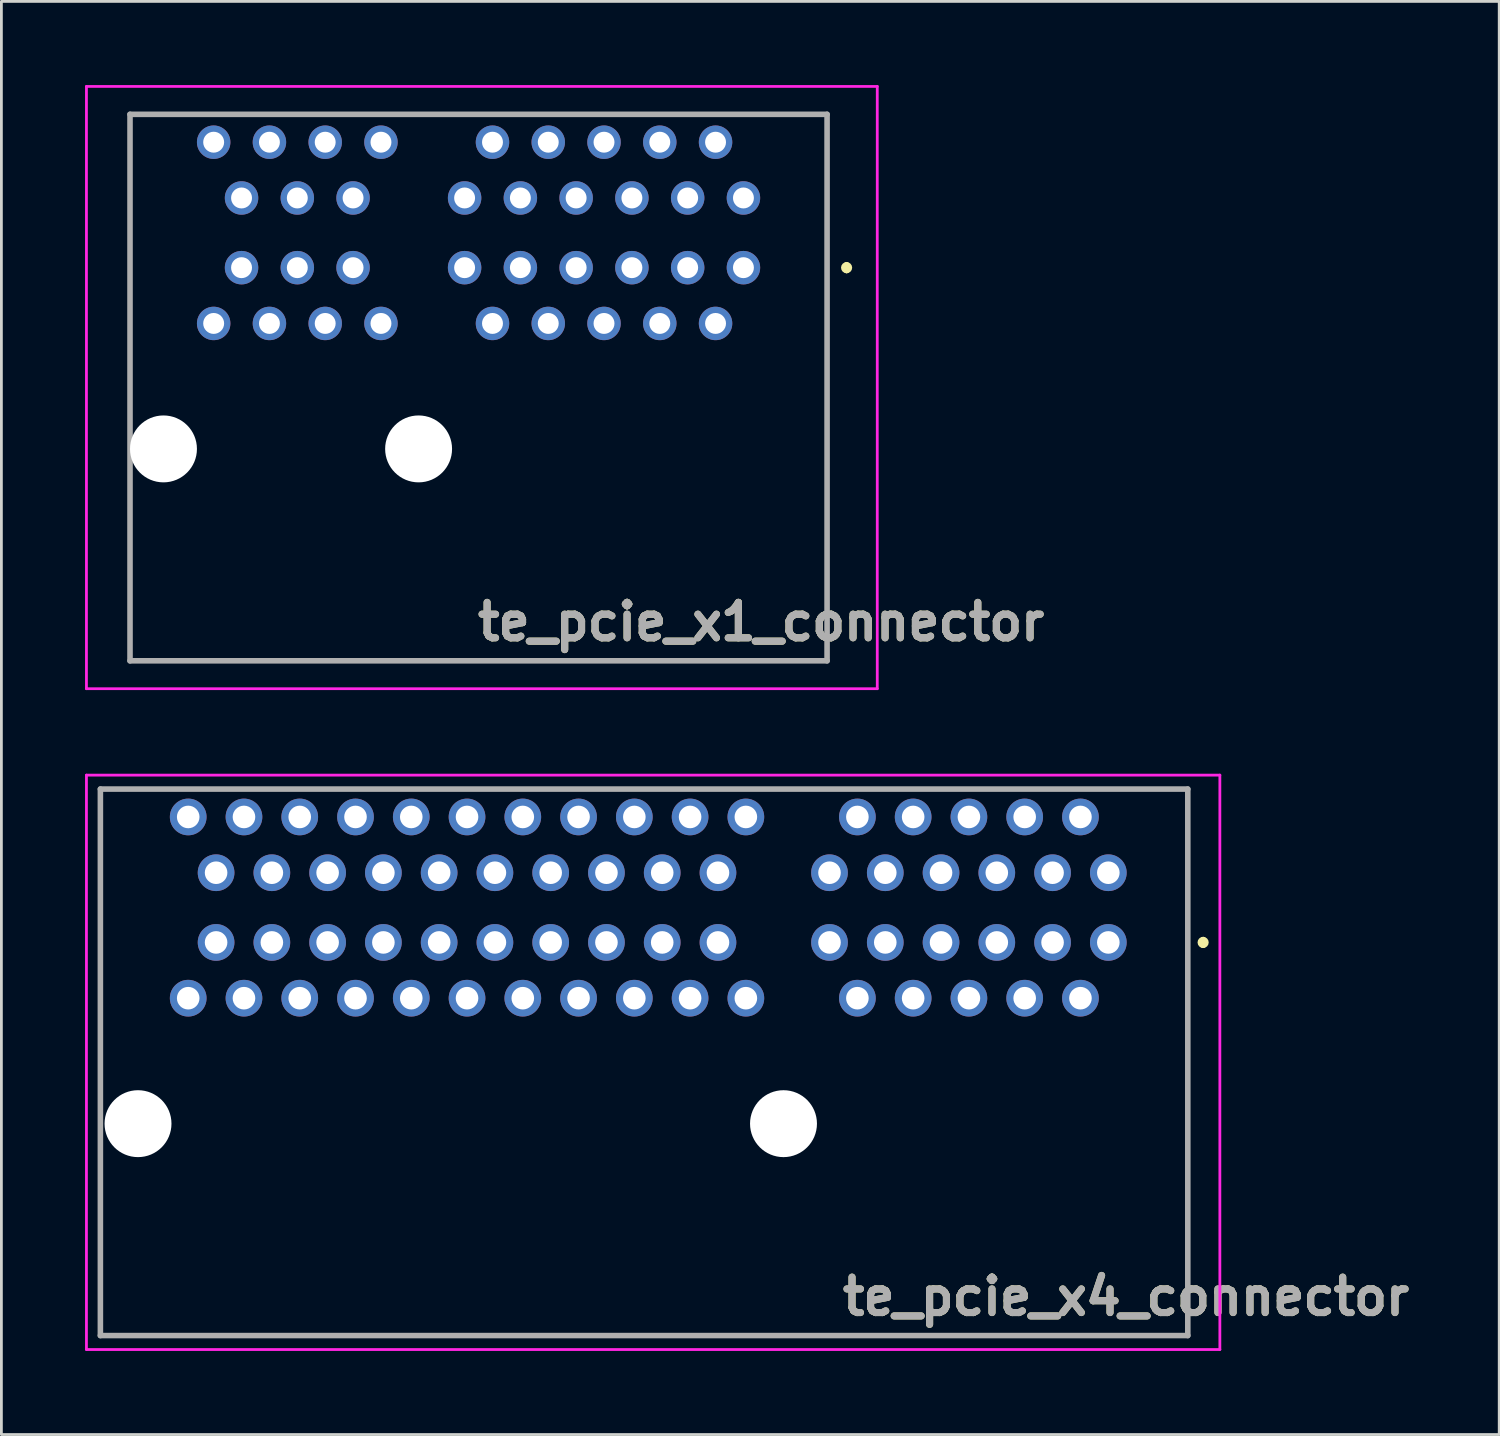
<source format=kicad_pcb>
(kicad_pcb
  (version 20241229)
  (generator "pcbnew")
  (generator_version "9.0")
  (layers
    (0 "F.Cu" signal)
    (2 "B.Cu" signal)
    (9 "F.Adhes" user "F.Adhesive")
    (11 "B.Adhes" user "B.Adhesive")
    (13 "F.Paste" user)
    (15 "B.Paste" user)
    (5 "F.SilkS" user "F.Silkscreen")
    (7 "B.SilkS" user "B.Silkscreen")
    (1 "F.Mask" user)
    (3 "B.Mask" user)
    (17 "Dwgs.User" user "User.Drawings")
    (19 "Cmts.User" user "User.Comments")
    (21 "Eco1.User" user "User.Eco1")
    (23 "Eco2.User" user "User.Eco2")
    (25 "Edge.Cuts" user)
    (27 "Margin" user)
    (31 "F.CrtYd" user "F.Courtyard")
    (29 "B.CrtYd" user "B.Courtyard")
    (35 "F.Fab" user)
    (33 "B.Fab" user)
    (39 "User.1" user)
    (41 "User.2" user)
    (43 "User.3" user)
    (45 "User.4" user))
  (footprint "te_pcie_x1_connector"
    (layer "F.Cu")
    (at 23.613 6.55)
    (property "Reference" "te_pcie_x1_connector" (at 0.635 12.7 0) (layer "F.SilkS") (effects (font (size 1.27 1.27) (thickness 0.254))))
    (attr through_hole)
    (fp_line (start -22 -5.5) (end 3 -5.5) (stroke (width 0.1) (type solid)) (layer "F.SilkS"))
    (fp_line (start -22 4.445) (end -22 -5.5) (stroke (width 0.1) (type solid)) (layer "F.SilkS"))
    (fp_line (start -22 14.1) (end -22 8.255) (stroke (width 0.1) (type solid)) (layer "F.SilkS"))
    (fp_line (start 3 -5.5) (end 3 14.1) (stroke (width 0.1) (type solid)) (layer "F.SilkS"))
    (fp_line (start 3 14.1) (end -22 14.1) (stroke (width 0.1) (type solid)) (layer "F.SilkS"))
    (fp_line (start 3.7 -0.1) (end 3.7 -0.1) (stroke (width 0.2) (type solid)) (layer "F.SilkS"))
    (fp_line (start 3.7 0.1) (end 3.7 0.1) (stroke (width 0.2) (type solid)) (layer "F.SilkS"))
    (fp_arc (start 3.7 -0.1) (mid 3.8 0) (end 3.7 0.1) (stroke (width 0.2) (type solid)) (layer "F.SilkS"))
    (fp_arc (start 3.7 0.1) (mid 3.6 0) (end 3.7 -0.1) (stroke (width 0.2) (type solid)) (layer "F.SilkS"))
    (fp_line (start -23.563 -6.5) (end 4.8 -6.5) (stroke (width 0.1) (type solid)) (layer "F.CrtYd"))
    (fp_line (start -23.563 15.1) (end -23.563 -6.5) (stroke (width 0.1) (type solid)) (layer "F.CrtYd"))
    (fp_line (start 4.8 -6.5) (end 4.8 15.1) (stroke (width 0.1) (type solid)) (layer "F.CrtYd"))
    (fp_line (start 4.8 15.1) (end -23.563 15.1) (stroke (width 0.1) (type solid)) (layer "F.CrtYd"))
    (fp_line (start -22 -5.5) (end 3 -5.5) (stroke (width 0.2) (type solid)) (layer "F.Fab"))
    (fp_line (start -22 14.1) (end -22 -5.5) (stroke (width 0.2) (type solid)) (layer "F.Fab"))
    (fp_line (start 3 -5.5) (end 3 14.1) (stroke (width 0.2) (type solid)) (layer "F.Fab"))
    (fp_line (start 3 14.1) (end -22 14.1) (stroke (width 0.2) (type solid)) (layer "F.Fab"))
    (fp_text user "${REFERENCE}" (at 0.635 12.7 0) (layer "F.Fab") (effects (font (size 1.27 1.27) (thickness 0.254))))
    (pad "" np_thru_hole circle (at -20.8 6.5) (size 2.4 2.4) (drill 2.4) (layers "*.Cu" "*.Mask"))
    (pad "" np_thru_hole circle (at -11.65 6.5) (size 2.4 2.4) (drill 2.4) (layers "*.Cu" "*.Mask"))
    (pad "A1" thru_hole circle (at 0 0) (size 1.2 1.2) (drill 0.75) (layers "*.Cu" "*.Mask"))
    (pad "A2" thru_hole circle (at -1 2) (size 1.2 1.2) (drill 0.75) (layers "*.Cu" "*.Mask"))
    (pad "A3" thru_hole circle (at -2 0) (size 1.2 1.2) (drill 0.75) (layers "*.Cu" "*.Mask"))
    (pad "A4" thru_hole circle (at -3 2) (size 1.2 1.2) (drill 0.75) (layers "*.Cu" "*.Mask"))
    (pad "A5" thru_hole circle (at -4 0) (size 1.2 1.2) (drill 0.75) (layers "*.Cu" "*.Mask"))
    (pad "A6" thru_hole circle (at -5 2) (size 1.2 1.2) (drill 0.75) (layers "*.Cu" "*.Mask"))
    (pad "A7" thru_hole circle (at -6 0) (size 1.2 1.2) (drill 0.75) (layers "*.Cu" "*.Mask"))
    (pad "A8" thru_hole circle (at -7 2) (size 1.2 1.2) (drill 0.75) (layers "*.Cu" "*.Mask"))
    (pad "A9" thru_hole circle (at -8 0) (size 1.2 1.2) (drill 0.75) (layers "*.Cu" "*.Mask"))
    (pad "A10" thru_hole circle (at -9 2) (size 1.2 1.2) (drill 0.75) (layers "*.Cu" "*.Mask"))
    (pad "A11" thru_hole circle (at -10 0) (size 1.2 1.2) (drill 0.75) (layers "*.Cu" "*.Mask"))
    (pad "A12" thru_hole circle (at -13 2) (size 1.2 1.2) (drill 0.75) (layers "*.Cu" "*.Mask"))
    (pad "A13" thru_hole circle (at -14 0) (size 1.2 1.2) (drill 0.75) (layers "*.Cu" "*.Mask"))
    (pad "A14" thru_hole circle (at -15 2) (size 1.2 1.2) (drill 0.75) (layers "*.Cu" "*.Mask"))
    (pad "A15" thru_hole circle (at -16 0) (size 1.2 1.2) (drill 0.75) (layers "*.Cu" "*.Mask"))
    (pad "A16" thru_hole circle (at -17 2) (size 1.2 1.2) (drill 0.75) (layers "*.Cu" "*.Mask"))
    (pad "A17" thru_hole circle (at -18 0) (size 1.2 1.2) (drill 0.75) (layers "*.Cu" "*.Mask"))
    (pad "A18" thru_hole circle (at -19 2) (size 1.2 1.2) (drill 0.75) (layers "*.Cu" "*.Mask"))
    (pad "B1" thru_hole circle (at 0 -2.5) (size 1.2 1.2) (drill 0.75) (layers "*.Cu" "*.Mask"))
    (pad "B2" thru_hole circle (at -1 -4.5) (size 1.2 1.2) (drill 0.75) (layers "*.Cu" "*.Mask"))
    (pad "B3" thru_hole circle (at -2 -2.5) (size 1.2 1.2) (drill 0.75) (layers "*.Cu" "*.Mask"))
    (pad "B4" thru_hole circle (at -3 -4.5) (size 1.2 1.2) (drill 0.75) (layers "*.Cu" "*.Mask"))
    (pad "B5" thru_hole circle (at -4 -2.5) (size 1.2 1.2) (drill 0.75) (layers "*.Cu" "*.Mask"))
    (pad "B6" thru_hole circle (at -5 -4.5) (size 1.2 1.2) (drill 0.75) (layers "*.Cu" "*.Mask"))
    (pad "B7" thru_hole circle (at -6 -2.5) (size 1.2 1.2) (drill 0.75) (layers "*.Cu" "*.Mask"))
    (pad "B8" thru_hole circle (at -7 -4.5) (size 1.2 1.2) (drill 0.75) (layers "*.Cu" "*.Mask"))
    (pad "B9" thru_hole circle (at -8 -2.5) (size 1.2 1.2) (drill 0.75) (layers "*.Cu" "*.Mask"))
    (pad "B10" thru_hole circle (at -9 -4.5) (size 1.2 1.2) (drill 0.75) (layers "*.Cu" "*.Mask"))
    (pad "B11" thru_hole circle (at -10 -2.5) (size 1.2 1.2) (drill 0.75) (layers "*.Cu" "*.Mask"))
    (pad "B12" thru_hole circle (at -13 -4.5) (size 1.2 1.2) (drill 0.75) (layers "*.Cu" "*.Mask"))
    (pad "B13" thru_hole circle (at -14 -2.5) (size 1.2 1.2) (drill 0.75) (layers "*.Cu" "*.Mask"))
    (pad "B14" thru_hole circle (at -15 -4.5) (size 1.2 1.2) (drill 0.75) (layers "*.Cu" "*.Mask"))
    (pad "B15" thru_hole circle (at -16 -2.5) (size 1.2 1.2) (drill 0.75) (layers "*.Cu" "*.Mask"))
    (pad "B16" thru_hole circle (at -17 -4.5) (size 1.2 1.2) (drill 0.75) (layers "*.Cu" "*.Mask"))
    (pad "B17" thru_hole circle (at -18 -2.5) (size 1.2 1.2) (drill 0.75) (layers "*.Cu" "*.Mask"))
    (pad "B18" thru_hole circle (at -19 -4.5) (size 1.2 1.2) (drill 0.75) (layers "*.Cu" "*.Mask")))
  (footprint "te_pcie_x4_connector"
    (layer "F.Cu")
    (at 36.7 30.75)
    (property "Reference" "te_pcie_x4_connector" (at 0.635 12.7 0) (layer "F.SilkS") (effects (font (size 1.27 1.27) (thickness 0.254))))
    (attr through_hole)
    (fp_line (start -36.15 -5.5) (end -36.15 4.5) (stroke (width 0.1) (type solid)) (layer "F.SilkS"))
    (fp_line (start -36.15 8) (end -36.15 14.1) (stroke (width 0.1) (type solid)) (layer "F.SilkS"))
    (fp_line (start -36.15 14.1) (end 2.85 14.1) (stroke (width 0.1) (type solid)) (layer "F.SilkS"))
    (fp_line (start 2.85 -5.5) (end -36.15 -5.5) (stroke (width 0.1) (type solid)) (layer "F.SilkS"))
    (fp_line (start 2.85 14.1) (end 2.85 -5.5) (stroke (width 0.1) (type solid)) (layer "F.SilkS"))
    (fp_line (start 3.4 -0.1) (end 3.4 -0.1) (stroke (width 0.2) (type solid)) (layer "F.SilkS"))
    (fp_line (start 3.4 0.1) (end 3.4 0.1) (stroke (width 0.2) (type solid)) (layer "F.SilkS"))
    (fp_arc (start 3.4 -0.1) (mid 3.5 0) (end 3.4 0.1) (stroke (width 0.2) (type solid)) (layer "F.SilkS"))
    (fp_arc (start 3.4 0.1) (mid 3.3 0) (end 3.4 -0.1) (stroke (width 0.2) (type solid)) (layer "F.SilkS"))
    (fp_line (start -36.65 -6) (end 4 -6) (stroke (width 0.1) (type solid)) (layer "F.CrtYd"))
    (fp_line (start -36.65 14.6) (end -36.65 -6) (stroke (width 0.1) (type solid)) (layer "F.CrtYd"))
    (fp_line (start 4 -6) (end 4 14.6) (stroke (width 0.1) (type solid)) (layer "F.CrtYd"))
    (fp_line (start 4 14.6) (end -36.65 14.6) (stroke (width 0.1) (type solid)) (layer "F.CrtYd"))
    (fp_line (start -36.15 -5.5) (end 2.85 -5.5) (stroke (width 0.2) (type solid)) (layer "F.Fab"))
    (fp_line (start -36.15 14.1) (end -36.15 -5.5) (stroke (width 0.2) (type solid)) (layer "F.Fab"))
    (fp_line (start 2.85 -5.5) (end 2.85 14.1) (stroke (width 0.2) (type solid)) (layer "F.Fab"))
    (fp_line (start 2.85 14.1) (end -36.15 14.1) (stroke (width 0.2) (type solid)) (layer "F.Fab"))
    (fp_text user "${REFERENCE}" (at 0.635 12.7 0) (layer "F.Fab") (effects (font (size 1.27 1.27) (thickness 0.254))))
    (pad "" np_thru_hole circle (at -34.8 6.5) (size 2.4 2.4) (drill 2.4) (layers "*.Cu" "*.Mask"))
    (pad "" np_thru_hole circle (at -11.65 6.5) (size 2.4 2.4) (drill 2.4) (layers "*.Cu" "*.Mask"))
    (pad "A1" thru_hole circle (at 0 0) (size 1.316 1.316) (drill 0.81) (layers "*.Cu" "*.Mask"))
    (pad "A2" thru_hole circle (at -1 2) (size 1.316 1.316) (drill 0.81) (layers "*.Cu" "*.Mask"))
    (pad "A3" thru_hole circle (at -2 0) (size 1.316 1.316) (drill 0.81) (layers "*.Cu" "*.Mask"))
    (pad "A4" thru_hole circle (at -3 2) (size 1.316 1.316) (drill 0.81) (layers "*.Cu" "*.Mask"))
    (pad "A5" thru_hole circle (at -4 0) (size 1.316 1.316) (drill 0.81) (layers "*.Cu" "*.Mask"))
    (pad "A6" thru_hole circle (at -5 2) (size 1.316 1.316) (drill 0.81) (layers "*.Cu" "*.Mask"))
    (pad "A7" thru_hole circle (at -6 0) (size 1.316 1.316) (drill 0.81) (layers "*.Cu" "*.Mask"))
    (pad "A8" thru_hole circle (at -7 2) (size 1.316 1.316) (drill 0.81) (layers "*.Cu" "*.Mask"))
    (pad "A9" thru_hole circle (at -8 0) (size 1.316 1.316) (drill 0.81) (layers "*.Cu" "*.Mask"))
    (pad "A10" thru_hole circle (at -9 2) (size 1.316 1.316) (drill 0.81) (layers "*.Cu" "*.Mask"))
    (pad "A11" thru_hole circle (at -10 0) (size 1.316 1.316) (drill 0.81) (layers "*.Cu" "*.Mask"))
    (pad "A12" thru_hole circle (at -13 2) (size 1.316 1.316) (drill 0.81) (layers "*.Cu" "*.Mask"))
    (pad "A13" thru_hole circle (at -14 0) (size 1.316 1.316) (drill 0.81) (layers "*.Cu" "*.Mask"))
    (pad "A14" thru_hole circle (at -15 2) (size 1.316 1.316) (drill 0.81) (layers "*.Cu" "*.Mask"))
    (pad "A15" thru_hole circle (at -16 0) (size 1.316 1.316) (drill 0.81) (layers "*.Cu" "*.Mask"))
    (pad "A16" thru_hole circle (at -17 2) (size 1.316 1.316) (drill 0.81) (layers "*.Cu" "*.Mask"))
    (pad "A17" thru_hole circle (at -18 0) (size 1.316 1.316) (drill 0.81) (layers "*.Cu" "*.Mask"))
    (pad "A18" thru_hole circle (at -19 2) (size 1.316 1.316) (drill 0.81) (layers "*.Cu" "*.Mask"))
    (pad "A19" thru_hole circle (at -20 0) (size 1.316 1.316) (drill 0.81) (layers "*.Cu" "*.Mask"))
    (pad "A20" thru_hole circle (at -21 2) (size 1.316 1.316) (drill 0.81) (layers "*.Cu" "*.Mask"))
    (pad "A21" thru_hole circle (at -22 0) (size 1.316 1.316) (drill 0.81) (layers "*.Cu" "*.Mask"))
    (pad "A22" thru_hole circle (at -23 2) (size 1.316 1.316) (drill 0.81) (layers "*.Cu" "*.Mask"))
    (pad "A23" thru_hole circle (at -24 0) (size 1.316 1.316) (drill 0.81) (layers "*.Cu" "*.Mask"))
    (pad "A24" thru_hole circle (at -25 2) (size 1.316 1.316) (drill 0.81) (layers "*.Cu" "*.Mask"))
    (pad "A25" thru_hole circle (at -26 0) (size 1.316 1.316) (drill 0.81) (layers "*.Cu" "*.Mask"))
    (pad "A26" thru_hole circle (at -27 2) (size 1.316 1.316) (drill 0.81) (layers "*.Cu" "*.Mask"))
    (pad "A27" thru_hole circle (at -28 0) (size 1.316 1.316) (drill 0.81) (layers "*.Cu" "*.Mask"))
    (pad "A28" thru_hole circle (at -29 2) (size 1.316 1.316) (drill 0.81) (layers "*.Cu" "*.Mask"))
    (pad "A29" thru_hole circle (at -30 0) (size 1.316 1.316) (drill 0.81) (layers "*.Cu" "*.Mask"))
    (pad "A30" thru_hole circle (at -31 2) (size 1.316 1.316) (drill 0.81) (layers "*.Cu" "*.Mask"))
    (pad "A31" thru_hole circle (at -32 0) (size 1.316 1.316) (drill 0.81) (layers "*.Cu" "*.Mask"))
    (pad "A32" thru_hole circle (at -33 2) (size 1.316 1.316) (drill 0.81) (layers "*.Cu" "*.Mask"))
    (pad "B1" thru_hole circle (at 0 -2.5) (size 1.316 1.316) (drill 0.81) (layers "*.Cu" "*.Mask"))
    (pad "B2" thru_hole circle (at -1 -4.5) (size 1.316 1.316) (drill 0.81) (layers "*.Cu" "*.Mask"))
    (pad "B3" thru_hole circle (at -2 -2.5) (size 1.316 1.316) (drill 0.81) (layers "*.Cu" "*.Mask"))
    (pad "B4" thru_hole circle (at -3 -4.5) (size 1.316 1.316) (drill 0.81) (layers "*.Cu" "*.Mask"))
    (pad "B5" thru_hole circle (at -4 -2.5) (size 1.316 1.316) (drill 0.81) (layers "*.Cu" "*.Mask"))
    (pad "B6" thru_hole circle (at -5 -4.5) (size 1.316 1.316) (drill 0.81) (layers "*.Cu" "*.Mask"))
    (pad "B7" thru_hole circle (at -6 -2.5) (size 1.316 1.316) (drill 0.81) (layers "*.Cu" "*.Mask"))
    (pad "B8" thru_hole circle (at -7 -4.5) (size 1.316 1.316) (drill 0.81) (layers "*.Cu" "*.Mask"))
    (pad "B9" thru_hole circle (at -8 -2.5) (size 1.316 1.316) (drill 0.81) (layers "*.Cu" "*.Mask"))
    (pad "B10" thru_hole circle (at -9 -4.5) (size 1.316 1.316) (drill 0.81) (layers "*.Cu" "*.Mask"))
    (pad "B11" thru_hole circle (at -10 -2.5) (size 1.316 1.316) (drill 0.81) (layers "*.Cu" "*.Mask"))
    (pad "B12" thru_hole circle (at -13 -4.5) (size 1.316 1.316) (drill 0.81) (layers "*.Cu" "*.Mask"))
    (pad "B13" thru_hole circle (at -14 -2.5) (size 1.316 1.316) (drill 0.81) (layers "*.Cu" "*.Mask"))
    (pad "B14" thru_hole circle (at -15 -4.5) (size 1.316 1.316) (drill 0.81) (layers "*.Cu" "*.Mask"))
    (pad "B15" thru_hole circle (at -16 -2.5) (size 1.316 1.316) (drill 0.81) (layers "*.Cu" "*.Mask"))
    (pad "B16" thru_hole circle (at -17 -4.5) (size 1.316 1.316) (drill 0.81) (layers "*.Cu" "*.Mask"))
    (pad "B17" thru_hole circle (at -18 -2.5) (size 1.316 1.316) (drill 0.81) (layers "*.Cu" "*.Mask"))
    (pad "B18" thru_hole circle (at -19 -4.5) (size 1.316 1.316) (drill 0.81) (layers "*.Cu" "*.Mask"))
    (pad "B19" thru_hole circle (at -20 -2.5) (size 1.316 1.316) (drill 0.81) (layers "*.Cu" "*.Mask"))
    (pad "B20" thru_hole circle (at -21 -4.5) (size 1.316 1.316) (drill 0.81) (layers "*.Cu" "*.Mask"))
    (pad "B21" thru_hole circle (at -22 -2.5) (size 1.316 1.316) (drill 0.81) (layers "*.Cu" "*.Mask"))
    (pad "B22" thru_hole circle (at -23 -4.5) (size 1.316 1.316) (drill 0.81) (layers "*.Cu" "*.Mask"))
    (pad "B23" thru_hole circle (at -24 -2.5) (size 1.316 1.316) (drill 0.81) (layers "*.Cu" "*.Mask"))
    (pad "B24" thru_hole circle (at -25 -4.5) (size 1.316 1.316) (drill 0.81) (layers "*.Cu" "*.Mask"))
    (pad "B25" thru_hole circle (at -26 -2.5) (size 1.316 1.316) (drill 0.81) (layers "*.Cu" "*.Mask"))
    (pad "B26" thru_hole circle (at -27 -4.5) (size 1.316 1.316) (drill 0.81) (layers "*.Cu" "*.Mask"))
    (pad "B27" thru_hole circle (at -28 -2.5) (size 1.316 1.316) (drill 0.81) (layers "*.Cu" "*.Mask"))
    (pad "B28" thru_hole circle (at -29 -4.5) (size 1.316 1.316) (drill 0.81) (layers "*.Cu" "*.Mask"))
    (pad "B29" thru_hole circle (at -30 -2.5) (size 1.316 1.316) (drill 0.81) (layers "*.Cu" "*.Mask"))
    (pad "B30" thru_hole circle (at -31 -4.5) (size 1.316 1.316) (drill 0.81) (layers "*.Cu" "*.Mask"))
    (pad "B31" thru_hole circle (at -32 -2.5) (size 1.316 1.316) (drill 0.81) (layers "*.Cu" "*.Mask"))
    (pad "B32" thru_hole circle (at -33 -4.5) (size 1.316 1.316) (drill 0.81) (layers "*.Cu" "*.Mask")))
  (gr_rect
    (start -3 -3)
    (end 50.719 48.4)
    (stroke (width 0.1) (type default))
    (fill no)
    (layer "Edge.Cuts")))
</source>
